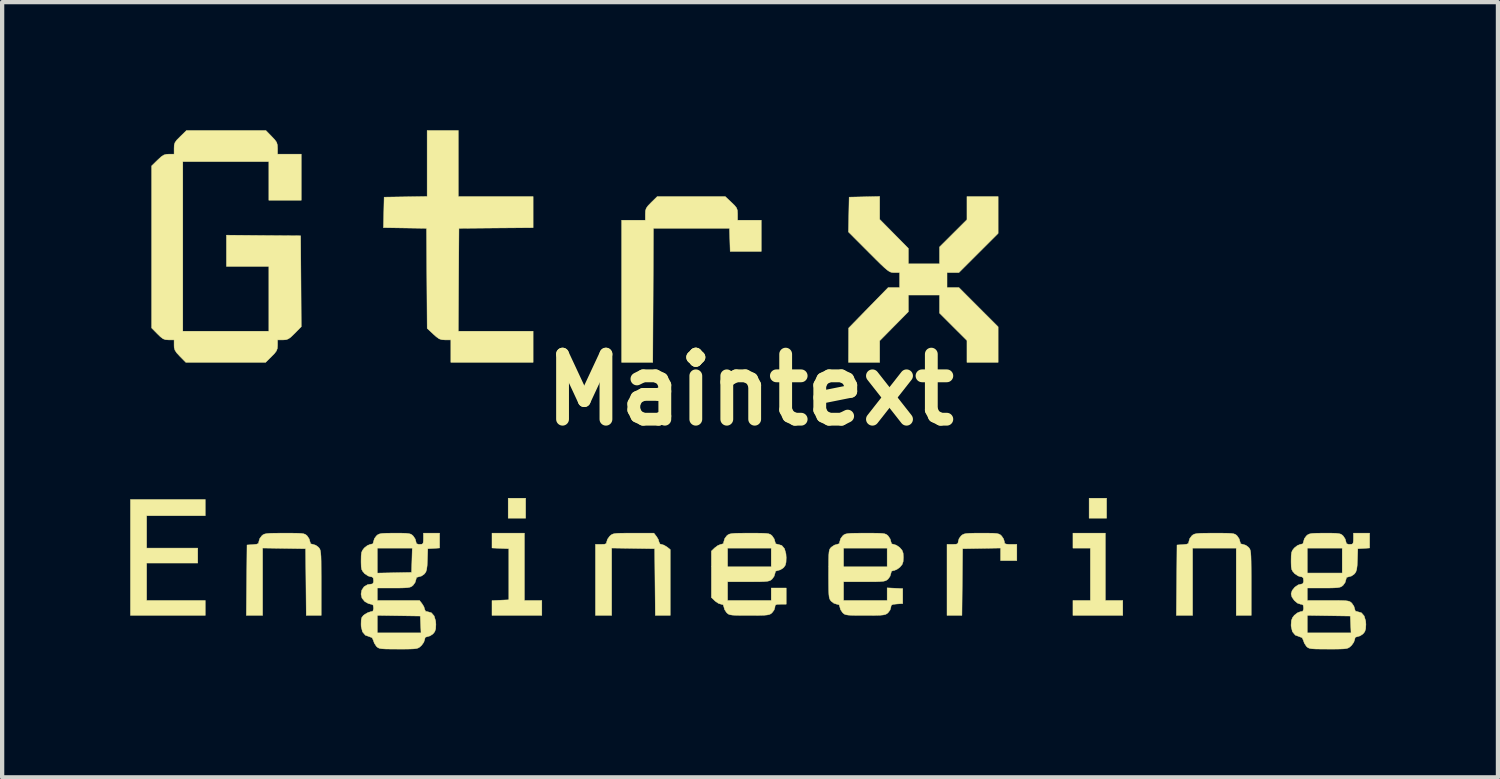
<source format=kicad_pcb>
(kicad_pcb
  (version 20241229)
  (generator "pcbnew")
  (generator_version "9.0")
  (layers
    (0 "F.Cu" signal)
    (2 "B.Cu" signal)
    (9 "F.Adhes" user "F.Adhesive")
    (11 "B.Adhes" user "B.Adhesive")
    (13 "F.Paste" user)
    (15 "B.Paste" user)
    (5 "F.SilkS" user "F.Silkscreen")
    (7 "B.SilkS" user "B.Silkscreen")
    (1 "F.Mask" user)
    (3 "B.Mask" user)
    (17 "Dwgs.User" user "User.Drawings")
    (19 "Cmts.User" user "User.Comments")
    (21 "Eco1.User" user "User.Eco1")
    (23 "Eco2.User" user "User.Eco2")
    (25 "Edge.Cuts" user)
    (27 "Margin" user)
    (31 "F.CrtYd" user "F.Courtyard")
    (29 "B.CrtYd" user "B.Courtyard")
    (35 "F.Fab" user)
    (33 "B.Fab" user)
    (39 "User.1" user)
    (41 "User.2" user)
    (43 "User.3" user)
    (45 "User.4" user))
  (footprint "Maintext"
    (layer "F.Cu")
    (at 14.515 6.078)
    (property "Reference" "Maintext" (at 0 0 0) (layer "F.SilkS") (effects (font (size 1.524 1.524) (thickness 0.3))))
    (attr through_hole)
    (fp_poly (pts (xy -5.255 3.007) (xy -5.664 3.007) (xy -5.664 2.54) (xy -5.255 2.54) (xy -5.255 3.007)) (stroke (width 0.01) (type solid)) (fill yes) (layer "F.SilkS"))
    (fp_poly (pts (xy 8.35 3.007) (xy 7.941 3.007) (xy 7.941 2.54) (xy 8.35 2.54) (xy 8.35 3.007)) (stroke (width 0.01) (type solid)) (fill yes) (layer "F.SilkS"))
    (fp_poly (pts (xy -5.284 4.934) (xy -4.876 4.934) (xy -4.876 5.284) (xy -6.043 5.284) (xy -6.043 4.937) (xy -5.649 4.919) (xy -5.649 3.722) (xy -6.043 3.705) (xy -6.043 3.357) (xy -5.284 3.357) (xy -5.284 4.934)) (stroke (width 0.01) (type solid)) (fill yes) (layer "F.SilkS"))
    (fp_poly (pts (xy 8.321 4.934) (xy 8.729 4.934) (xy 8.729 5.284) (xy 7.562 5.284) (xy 7.562 4.934) (xy 7.97 4.934) (xy 7.97 3.708) (xy 7.562 3.708) (xy 7.562 3.357) (xy 8.321 3.357) (xy 8.321 4.934)) (stroke (width 0.01) (type solid)) (fill yes) (layer "F.SilkS"))
    (fp_poly (pts (xy -12.758 2.949) (xy -14.131 2.949) (xy -14.131 3.708) (xy -12.934 3.708) (xy -12.934 4.058) (xy -14.131 4.058) (xy -14.131 4.934) (xy -12.758 4.934) (xy -12.758 5.284) (xy -14.51 5.284) (xy -14.51 2.569) (xy -12.758 2.569) (xy -12.758 2.949)) (stroke (width 0.01) (type solid)) (fill yes) (layer "F.SilkS"))
    (fp_poly (pts (xy -6.832 -4.525) (xy -5.08 -4.525) (xy -5.08 -3.796) (xy -5.949 -3.789) (xy -6.817 -3.781) (xy -6.825 -2.576) (xy -6.832 -1.372) (xy -5.08 -1.372) (xy -5.08 -0.642) (xy -7.007 -0.642) (xy -7.007 -1.168) (xy -7.14 -1.168) (xy -7.217 -1.173) (xy -7.28 -1.193) (xy -7.346 -1.24) (xy -7.417 -1.303) (xy -7.561 -1.438) (xy -7.569 -2.609) (xy -7.576 -3.781) (xy -8.081 -3.789) (xy -8.585 -3.797) (xy -8.569 -4.511) (xy -8.065 -4.519) (xy -7.562 -4.527) (xy -7.562 -6.073) (xy -6.832 -6.073) (xy -6.832 -4.525)) (stroke (width 0.01) (type solid)) (fill yes) (layer "F.SilkS"))
    (fp_poly (pts (xy -0.437 -4.39) (xy -0.359 -4.314) (xy -0.315 -4.257) (xy -0.296 -4.2) (xy -0.292 -4.124) (xy -0.292 -4.113) (xy -0.292 -3.971) (xy 0.263 -3.971) (xy 0.263 -3.241) (xy -0.465 -3.241) (xy -0.473 -3.511) (xy -0.482 -3.781) (xy -2.263 -3.781) (xy -2.27 -2.212) (xy -2.278 -0.642) (xy -3.007 -0.642) (xy -3.007 -3.971) (xy -2.452 -3.971) (xy -2.452 -4.11) (xy -2.449 -4.19) (xy -2.431 -4.25) (xy -2.389 -4.309) (xy -2.313 -4.388) (xy -2.313 -4.388) (xy -2.173 -4.525) (xy -0.581 -4.525) (xy -0.437 -4.39)) (stroke (width 0.01) (type solid)) (fill yes) (layer "F.SilkS"))
    (fp_poly (pts (xy -2.192 3.434) (xy -2.149 3.504) (xy -2.131 3.565) (xy -2.131 3.566) (xy -2.108 3.612) (xy -2.077 3.62) (xy -2.017 3.638) (xy -1.947 3.68) (xy -1.945 3.681) (xy -1.869 3.741) (xy -1.869 5.284) (xy -2.218 5.284) (xy -2.233 3.722) (xy -2.737 3.714) (xy -3.241 3.706) (xy -3.241 5.284) (xy -3.62 5.284) (xy -3.62 3.62) (xy -3.489 3.62) (xy -3.407 3.617) (xy -3.368 3.601) (xy -3.358 3.566) (xy -3.357 3.561) (xy -3.338 3.5) (xy -3.29 3.433) (xy -3.286 3.429) (xy -3.257 3.403) (xy -3.227 3.384) (xy -3.185 3.371) (xy -3.122 3.363) (xy -3.027 3.359) (xy -2.893 3.358) (xy -2.733 3.357) (xy -2.252 3.357) (xy -2.192 3.434)) (stroke (width 0.01) (type solid)) (fill yes) (layer "F.SilkS"))
    (fp_poly (pts (xy 5.583 3.358) (xy 5.698 3.36) (xy 5.775 3.366) (xy 5.826 3.378) (xy 5.86 3.395) (xy 5.888 3.421) (xy 5.892 3.425) (xy 5.938 3.493) (xy 5.956 3.556) (xy 5.962 3.594) (xy 5.991 3.613) (xy 6.057 3.62) (xy 6.102 3.62) (xy 6.248 3.62) (xy 6.248 4) (xy 5.868 4) (xy 5.868 3.706) (xy 5.423 3.714) (xy 4.978 3.722) (xy 4.962 5.284) (xy 4.613 5.284) (xy 4.613 3.62) (xy 4.744 3.62) (xy 4.826 3.617) (xy 4.864 3.602) (xy 4.875 3.567) (xy 4.876 3.552) (xy 4.896 3.484) (xy 4.943 3.421) (xy 4.974 3.396) (xy 5.011 3.378) (xy 5.064 3.367) (xy 5.144 3.361) (xy 5.262 3.358) (xy 5.42 3.357) (xy 5.583 3.358)) (stroke (width 0.01) (type solid)) (fill yes) (layer "F.SilkS"))
    (fp_poly (pts (xy 11.055 3.358) (xy 11.181 3.36) (xy 11.269 3.364) (xy 11.327 3.373) (xy 11.365 3.387) (xy 11.393 3.407) (xy 11.41 3.425) (xy 11.456 3.493) (xy 11.474 3.556) (xy 11.49 3.607) (xy 11.542 3.62) (xy 11.61 3.641) (xy 11.673 3.688) (xy 11.692 3.71) (xy 11.707 3.736) (xy 11.718 3.773) (xy 11.726 3.827) (xy 11.731 3.907) (xy 11.734 4.02) (xy 11.736 4.171) (xy 11.737 4.37) (xy 11.737 4.52) (xy 11.737 5.284) (xy 11.386 5.284) (xy 11.386 3.708) (xy 10.364 3.708) (xy 10.364 5.284) (xy 9.984 5.284) (xy 9.992 4.46) (xy 9.999 3.635) (xy 10.138 3.626) (xy 10.223 3.617) (xy 10.264 3.6) (xy 10.276 3.565) (xy 10.277 3.551) (xy 10.297 3.484) (xy 10.344 3.421) (xy 10.373 3.397) (xy 10.407 3.38) (xy 10.456 3.369) (xy 10.529 3.362) (xy 10.637 3.359) (xy 10.789 3.358) (xy 10.879 3.357) (xy 11.055 3.358)) (stroke (width 0.01) (type solid)) (fill yes) (layer "F.SilkS"))
    (fp_poly (pts (xy -10.725 3.358) (xy -10.598 3.36) (xy -10.511 3.364) (xy -10.453 3.373) (xy -10.415 3.387) (xy -10.387 3.407) (xy -10.369 3.425) (xy -10.324 3.493) (xy -10.306 3.556) (xy -10.29 3.607) (xy -10.238 3.62) (xy -10.17 3.641) (xy -10.107 3.688) (xy -10.088 3.71) (xy -10.073 3.736) (xy -10.062 3.773) (xy -10.054 3.827) (xy -10.048 3.907) (xy -10.045 4.02) (xy -10.044 4.171) (xy -10.043 4.37) (xy -10.043 4.52) (xy -10.043 5.284) (xy -10.393 5.284) (xy -10.4 4.503) (xy -10.408 3.722) (xy -10.912 3.714) (xy -11.415 3.706) (xy -11.415 5.284) (xy -11.796 5.284) (xy -11.788 4.46) (xy -11.78 3.635) (xy -11.642 3.626) (xy -11.557 3.617) (xy -11.516 3.6) (xy -11.503 3.565) (xy -11.503 3.551) (xy -11.482 3.484) (xy -11.435 3.421) (xy -11.407 3.397) (xy -11.373 3.38) (xy -11.324 3.369) (xy -11.25 3.362) (xy -11.143 3.359) (xy -10.991 3.358) (xy -10.9 3.357) (xy -10.725 3.358)) (stroke (width 0.01) (type solid)) (fill yes) (layer "F.SilkS"))
    (fp_poly (pts (xy 3.036 -3.991) (xy 3.372 -3.651) (xy 3.708 -3.311) (xy 3.708 -2.949) (xy 4.438 -2.949) (xy 4.438 -3.344) (xy 4.759 -3.664) (xy 5.08 -3.984) (xy 5.08 -4.525) (xy 5.81 -4.525) (xy 5.81 -3.663) (xy 4.89 -2.744) (xy 4.613 -2.744) (xy 4.613 -2.394) (xy 4.891 -2.394) (xy 5.35 -1.934) (xy 5.81 -1.474) (xy 5.81 -0.642) (xy 5.08 -0.642) (xy 5.08 -1.154) (xy 4.759 -1.474) (xy 4.438 -1.795) (xy 4.438 -2.219) (xy 3.708 -2.219) (xy 3.708 -1.828) (xy 3.372 -1.488) (xy 3.036 -1.148) (xy 3.036 -0.642) (xy 2.306 -0.642) (xy 2.308 -1.044) (xy 2.309 -1.445) (xy 2.772 -1.92) (xy 3.235 -2.394) (xy 3.503 -2.394) (xy 3.503 -2.744) (xy 3.379 -2.744) (xy 3.338 -2.746) (xy 3.301 -2.753) (xy 3.261 -2.771) (xy 3.212 -2.805) (xy 3.148 -2.859) (xy 3.062 -2.94) (xy 2.949 -3.051) (xy 2.802 -3.198) (xy 2.78 -3.22) (xy 2.305 -3.696) (xy 2.313 -4.103) (xy 2.321 -4.511) (xy 2.679 -4.519) (xy 3.036 -4.527) (xy 3.036 -3.991)) (stroke (width 0.01) (type solid)) (fill yes) (layer "F.SilkS"))
    (fp_poly (pts (xy -11.203 -5.933) (xy -11.128 -5.853) (xy -11.086 -5.792) (xy -11.069 -5.731) (xy -11.065 -5.656) (xy -11.065 -5.518) (xy -10.51 -5.518) (xy -10.51 -4.438) (xy -11.269 -4.438) (xy -11.269 -5.343) (xy -13.284 -5.343) (xy -13.284 -1.372) (xy -11.269 -1.372) (xy -11.269 -2.89) (xy -12.262 -2.89) (xy -12.262 -3.621) (xy -11.394 -3.613) (xy -10.525 -3.606) (xy -10.517 -2.541) (xy -10.51 -1.477) (xy -10.662 -1.322) (xy -10.746 -1.241) (xy -10.807 -1.195) (xy -10.864 -1.173) (xy -10.931 -1.168) (xy -10.94 -1.168) (xy -11.065 -1.168) (xy -11.065 -1.043) (xy -11.07 -0.969) (xy -11.092 -0.91) (xy -11.139 -0.847) (xy -11.205 -0.78) (xy -11.344 -0.642) (xy -13.213 -0.642) (xy -13.351 -0.782) (xy -13.427 -0.864) (xy -13.468 -0.927) (xy -13.486 -0.989) (xy -13.488 -1.045) (xy -13.488 -1.168) (xy -13.613 -1.168) (xy -13.687 -1.173) (xy -13.746 -1.194) (xy -13.809 -1.242) (xy -13.876 -1.307) (xy -14.014 -1.447) (xy -14.014 -5.243) (xy -13.874 -5.38) (xy -13.792 -5.456) (xy -13.729 -5.498) (xy -13.667 -5.515) (xy -13.611 -5.518) (xy -13.488 -5.518) (xy -13.488 -5.655) (xy -13.485 -5.731) (xy -13.467 -5.789) (xy -13.426 -5.847) (xy -13.351 -5.923) (xy -13.342 -5.932) (xy -13.197 -6.073) (xy -11.34 -6.073) (xy -11.203 -5.933)) (stroke (width 0.01) (type solid)) (fill yes) (layer "F.SilkS"))
    (fp_poly (pts (xy 0.165 3.358) (xy 0.292 3.36) (xy 0.379 3.364) (xy 0.437 3.373) (xy 0.475 3.387) (xy 0.503 3.407) (xy 0.52 3.425) (xy 0.566 3.493) (xy 0.584 3.556) (xy 0.6 3.607) (xy 0.652 3.62) (xy 0.743 3.646) (xy 0.807 3.721) (xy 0.841 3.841) (xy 0.847 3.931) (xy 0.843 4.038) (xy 0.827 4.106) (xy 0.793 4.156) (xy 0.779 4.17) (xy 0.711 4.215) (xy 0.648 4.233) (xy 0.597 4.249) (xy 0.584 4.301) (xy 0.563 4.369) (xy 0.516 4.433) (xy 0.488 4.456) (xy 0.455 4.473) (xy 0.407 4.484) (xy 0.336 4.491) (xy 0.231 4.495) (xy 0.083 4.496) (xy -0.038 4.496) (xy -0.526 4.496) (xy -0.526 4.934) (xy 0.496 4.934) (xy 0.496 4.642) (xy 0.847 4.642) (xy 0.847 5.022) (xy 0.715 5.022) (xy 0.634 5.025) (xy 0.595 5.04) (xy 0.584 5.075) (xy 0.584 5.09) (xy 0.563 5.158) (xy 0.516 5.221) (xy 0.488 5.245) (xy 0.454 5.262) (xy 0.405 5.273) (xy 0.331 5.28) (xy 0.224 5.283) (xy 0.072 5.284) (xy -0.019 5.284) (xy -0.194 5.284) (xy -0.321 5.282) (xy -0.408 5.277) (xy -0.466 5.269) (xy -0.504 5.255) (xy -0.532 5.234) (xy -0.55 5.217) (xy -0.595 5.149) (xy -0.613 5.085) (xy -0.63 5.034) (xy -0.677 5.022) (xy -0.74 5.002) (xy -0.811 4.954) (xy -0.823 4.943) (xy -0.905 4.865) (xy -0.905 3.777) (xy -0.833 3.708) (xy -0.526 3.708) (xy -0.526 4.146) (xy 0.496 4.146) (xy 0.496 3.708) (xy -0.526 3.708) (xy -0.833 3.708) (xy -0.823 3.699) (xy -0.753 3.647) (xy -0.687 3.621) (xy -0.677 3.62) (xy -0.626 3.604) (xy -0.613 3.552) (xy -0.593 3.484) (xy -0.546 3.421) (xy -0.517 3.397) (xy -0.483 3.38) (xy -0.434 3.369) (xy -0.361 3.362) (xy -0.253 3.359) (xy -0.101 3.358) (xy -0.011 3.357) (xy 0.165 3.358)) (stroke (width 0.01) (type solid)) (fill yes) (layer "F.SilkS"))
    (fp_poly (pts (xy 2.88 3.358) (xy 3.007 3.36) (xy 3.094 3.364) (xy 3.152 3.373) (xy 3.19 3.387) (xy 3.218 3.407) (xy 3.236 3.425) (xy 3.281 3.493) (xy 3.299 3.556) (xy 3.316 3.608) (xy 3.363 3.62) (xy 3.426 3.64) (xy 3.497 3.688) (xy 3.509 3.699) (xy 3.56 3.758) (xy 3.585 3.824) (xy 3.591 3.921) (xy 3.591 3.927) (xy 3.585 4.026) (xy 3.562 4.092) (xy 3.512 4.152) (xy 3.509 4.155) (xy 3.439 4.206) (xy 3.373 4.233) (xy 3.363 4.233) (xy 3.312 4.249) (xy 3.299 4.301) (xy 3.278 4.369) (xy 3.232 4.433) (xy 3.203 4.456) (xy 3.17 4.473) (xy 3.123 4.484) (xy 3.051 4.491) (xy 2.946 4.495) (xy 2.798 4.496) (xy 2.677 4.496) (xy 2.19 4.496) (xy 2.19 4.934) (xy 3.211 4.934) (xy 3.211 4.639) (xy 3.576 4.657) (xy 3.576 5.007) (xy 3.438 5.016) (xy 3.353 5.025) (xy 3.312 5.042) (xy 3.3 5.077) (xy 3.299 5.091) (xy 3.279 5.158) (xy 3.232 5.221) (xy 3.203 5.245) (xy 3.169 5.262) (xy 3.12 5.273) (xy 3.047 5.28) (xy 2.939 5.283) (xy 2.787 5.284) (xy 2.696 5.284) (xy 2.521 5.284) (xy 2.394 5.282) (xy 2.307 5.277) (xy 2.249 5.269) (xy 2.211 5.255) (xy 2.183 5.234) (xy 2.166 5.217) (xy 2.12 5.149) (xy 2.102 5.085) (xy 2.086 5.035) (xy 2.034 5.022) (xy 1.966 5.001) (xy 1.903 4.954) (xy 1.881 4.928) (xy 1.865 4.898) (xy 1.853 4.854) (xy 1.846 4.789) (xy 1.842 4.694) (xy 1.84 4.56) (xy 1.839 4.379) (xy 1.839 4.317) (xy 1.84 4.121) (xy 1.841 3.975) (xy 1.844 3.87) (xy 1.85 3.798) (xy 1.86 3.751) (xy 1.875 3.719) (xy 1.884 3.708) (xy 2.19 3.708) (xy 2.19 4.146) (xy 3.211 4.146) (xy 3.211 3.708) (xy 2.19 3.708) (xy 1.884 3.708) (xy 1.895 3.695) (xy 1.907 3.684) (xy 1.975 3.638) (xy 2.038 3.62) (xy 2.089 3.604) (xy 2.102 3.552) (xy 2.123 3.484) (xy 2.17 3.421) (xy 2.198 3.397) (xy 2.232 3.38) (xy 2.281 3.369) (xy 2.355 3.362) (xy 2.462 3.359) (xy 2.614 3.358) (xy 2.705 3.357) (xy 2.88 3.358)) (stroke (width 0.01) (type solid)) (fill yes) (layer "F.SilkS"))
    (fp_poly (pts (xy -7.27 3.705) (xy -7.408 3.714) (xy -7.547 3.722) (xy -7.556 3.985) (xy -7.562 4.117) (xy -7.573 4.205) (xy -7.591 4.264) (xy -7.621 4.307) (xy -7.626 4.313) (xy -7.692 4.361) (xy -7.756 4.379) (xy -7.81 4.394) (xy -7.824 4.447) (xy -7.845 4.515) (xy -7.892 4.579) (xy -7.924 4.605) (xy -7.962 4.622) (xy -8.017 4.633) (xy -8.101 4.639) (xy -8.223 4.642) (xy -8.344 4.642) (xy -8.729 4.642) (xy -8.729 4.934) (xy -7.741 4.934) (xy -7.681 5.011) (xy -7.638 5.08) (xy -7.62 5.141) (xy -7.62 5.142) (xy -7.599 5.187) (xy -7.552 5.197) (xy -7.462 5.223) (xy -7.398 5.297) (xy -7.363 5.414) (xy -7.357 5.493) (xy -7.362 5.597) (xy -7.383 5.664) (xy -7.424 5.716) (xy -7.425 5.717) (xy -7.493 5.763) (xy -7.556 5.781) (xy -7.607 5.797) (xy -7.62 5.848) (xy -7.64 5.912) (xy -7.69 5.983) (xy -7.702 5.994) (xy -7.734 6.024) (xy -7.767 6.045) (xy -7.809 6.059) (xy -7.871 6.067) (xy -7.962 6.071) (xy -8.095 6.073) (xy -8.237 6.073) (xy -8.409 6.072) (xy -8.533 6.07) (xy -8.619 6.065) (xy -8.675 6.056) (xy -8.711 6.041) (xy -8.738 6.02) (xy -8.751 6.007) (xy -8.799 5.934) (xy -8.822 5.868) (xy -8.85 5.807) (xy -8.905 5.785) (xy -9.009 5.748) (xy -9.055 5.693) (xy -8.729 5.693) (xy -7.705 5.693) (xy -7.714 5.496) (xy -7.722 5.299) (xy -8.226 5.291) (xy -8.729 5.283) (xy -8.729 5.693) (xy -9.055 5.693) (xy -9.076 5.668) (xy -9.107 5.544) (xy -9.109 5.489) (xy -9.106 5.391) (xy -9.091 5.331) (xy -9.056 5.287) (xy -9.023 5.261) (xy -8.949 5.218) (xy -8.882 5.197) (xy -8.877 5.197) (xy -8.833 5.184) (xy -8.818 5.134) (xy -8.817 5.109) (xy -8.826 5.045) (xy -8.86 5.023) (xy -8.877 5.022) (xy -8.94 5.005) (xy -9.014 4.964) (xy -9.023 4.958) (xy -9.088 4.879) (xy -9.11 4.785) (xy -9.092 4.691) (xy -9.039 4.612) (xy -8.956 4.563) (xy -8.895 4.554) (xy -8.84 4.546) (xy -8.819 4.509) (xy -8.817 4.467) (xy -8.826 4.404) (xy -8.859 4.381) (xy -8.881 4.379) (xy -8.944 4.36) (xy -9.015 4.312) (xy -9.027 4.301) (xy -9.069 4.255) (xy -9.094 4.209) (xy -9.106 4.143) (xy -9.109 4.042) (xy -9.109 4.003) (xy -9.107 3.887) (xy -9.098 3.811) (xy -9.076 3.759) (xy -9.039 3.711) (xy -9.036 3.708) (xy -8.729 3.708) (xy -8.729 4.293) (xy -8.328 4.285) (xy -7.927 4.277) (xy -7.918 3.992) (xy -7.91 3.708) (xy -8.729 3.708) (xy -9.036 3.708) (xy -9.031 3.702) (xy -8.962 3.648) (xy -8.895 3.621) (xy -8.885 3.62) (xy -8.831 3.606) (xy -8.817 3.552) (xy -8.796 3.484) (xy -8.749 3.421) (xy -8.717 3.394) (xy -8.677 3.376) (xy -8.62 3.365) (xy -8.534 3.36) (xy -8.407 3.358) (xy -8.317 3.357) (xy -8.164 3.358) (xy -8.058 3.361) (xy -7.988 3.369) (xy -7.942 3.382) (xy -7.91 3.404) (xy -7.888 3.425) (xy -7.842 3.493) (xy -7.824 3.556) (xy -7.813 3.603) (xy -7.767 3.619) (xy -7.737 3.62) (xy -7.683 3.616) (xy -7.657 3.594) (xy -7.65 3.538) (xy -7.649 3.489) (xy -7.649 3.357) (xy -7.27 3.357) (xy -7.27 3.705)) (stroke (width 0.01) (type solid)) (fill yes) (layer "F.SilkS"))
    (fp_poly (pts (xy 14.51 3.705) (xy 14.371 3.714) (xy 14.233 3.722) (xy 14.224 3.985) (xy 14.218 4.117) (xy 14.207 4.205) (xy 14.188 4.264) (xy 14.159 4.307) (xy 14.153 4.313) (xy 14.087 4.361) (xy 14.023 4.379) (xy 13.97 4.394) (xy 13.955 4.447) (xy 13.935 4.515) (xy 13.888 4.579) (xy 13.856 4.605) (xy 13.818 4.622) (xy 13.763 4.633) (xy 13.679 4.639) (xy 13.557 4.642) (xy 13.435 4.642) (xy 13.05 4.642) (xy 13.05 4.934) (xy 13.542 4.934) (xy 13.722 4.934) (xy 13.853 4.936) (xy 13.945 4.94) (xy 14.006 4.948) (xy 14.046 4.961) (xy 14.074 4.98) (xy 14.096 5.002) (xy 14.142 5.07) (xy 14.16 5.133) (xy 14.176 5.183) (xy 14.228 5.197) (xy 14.318 5.223) (xy 14.382 5.297) (xy 14.417 5.414) (xy 14.423 5.493) (xy 14.417 5.597) (xy 14.397 5.664) (xy 14.356 5.716) (xy 14.355 5.717) (xy 14.287 5.763) (xy 14.224 5.781) (xy 14.173 5.797) (xy 14.16 5.848) (xy 14.139 5.912) (xy 14.089 5.983) (xy 14.078 5.994) (xy 14.045 6.024) (xy 14.013 6.045) (xy 13.971 6.059) (xy 13.909 6.067) (xy 13.817 6.071) (xy 13.685 6.073) (xy 13.543 6.073) (xy 13.37 6.072) (xy 13.246 6.07) (xy 13.161 6.065) (xy 13.105 6.056) (xy 13.069 6.041) (xy 13.041 6.02) (xy 13.029 6.007) (xy 12.981 5.934) (xy 12.958 5.868) (xy 12.93 5.807) (xy 12.875 5.785) (xy 12.769 5.746) (xy 12.725 5.693) (xy 13.05 5.693) (xy 14.075 5.693) (xy 14.066 5.496) (xy 14.058 5.299) (xy 13.554 5.291) (xy 13.05 5.283) (xy 13.05 5.693) (xy 12.725 5.693) (xy 12.701 5.663) (xy 12.672 5.539) (xy 12.671 5.507) (xy 12.678 5.405) (xy 12.705 5.334) (xy 12.749 5.279) (xy 12.818 5.225) (xy 12.885 5.198) (xy 12.895 5.197) (xy 12.944 5.186) (xy 12.961 5.143) (xy 12.963 5.109) (xy 12.955 5.046) (xy 12.921 5.023) (xy 12.895 5.022) (xy 12.821 4.997) (xy 12.747 4.935) (xy 12.691 4.855) (xy 12.671 4.78) (xy 12.696 4.7) (xy 12.757 4.624) (xy 12.837 4.569) (xy 12.897 4.554) (xy 12.944 4.543) (xy 12.962 4.499) (xy 12.963 4.467) (xy 12.954 4.404) (xy 12.921 4.381) (xy 12.899 4.379) (xy 12.836 4.36) (xy 12.765 4.312) (xy 12.753 4.301) (xy 12.71 4.255) (xy 12.686 4.209) (xy 12.674 4.143) (xy 12.671 4.042) (xy 12.671 4.003) (xy 12.673 3.887) (xy 12.682 3.811) (xy 12.703 3.759) (xy 12.741 3.711) (xy 12.744 3.708) (xy 13.05 3.708) (xy 13.05 4.292) (xy 13.868 4.292) (xy 13.868 3.708) (xy 13.05 3.708) (xy 12.744 3.708) (xy 12.749 3.702) (xy 12.818 3.648) (xy 12.885 3.621) (xy 12.895 3.62) (xy 12.948 3.606) (xy 12.963 3.552) (xy 12.983 3.484) (xy 13.03 3.421) (xy 13.063 3.394) (xy 13.103 3.376) (xy 13.16 3.365) (xy 13.246 3.36) (xy 13.373 3.358) (xy 13.463 3.357) (xy 13.616 3.358) (xy 13.722 3.361) (xy 13.792 3.369) (xy 13.838 3.382) (xy 13.87 3.404) (xy 13.892 3.425) (xy 13.937 3.493) (xy 13.955 3.556) (xy 13.967 3.603) (xy 14.013 3.619) (xy 14.043 3.62) (xy 14.097 3.616) (xy 14.122 3.594) (xy 14.13 3.538) (xy 14.131 3.489) (xy 14.131 3.357) (xy 14.51 3.357) (xy 14.51 3.705)) (stroke (width 0.01) (type solid)) (fill yes) (layer "F.SilkS")))
  (gr_rect
    (start -3 -3)
    (end 32.03 15.155)
    (stroke (width 0.1) (type default))
    (fill no)
    (layer "Edge.Cuts")))
</source>
